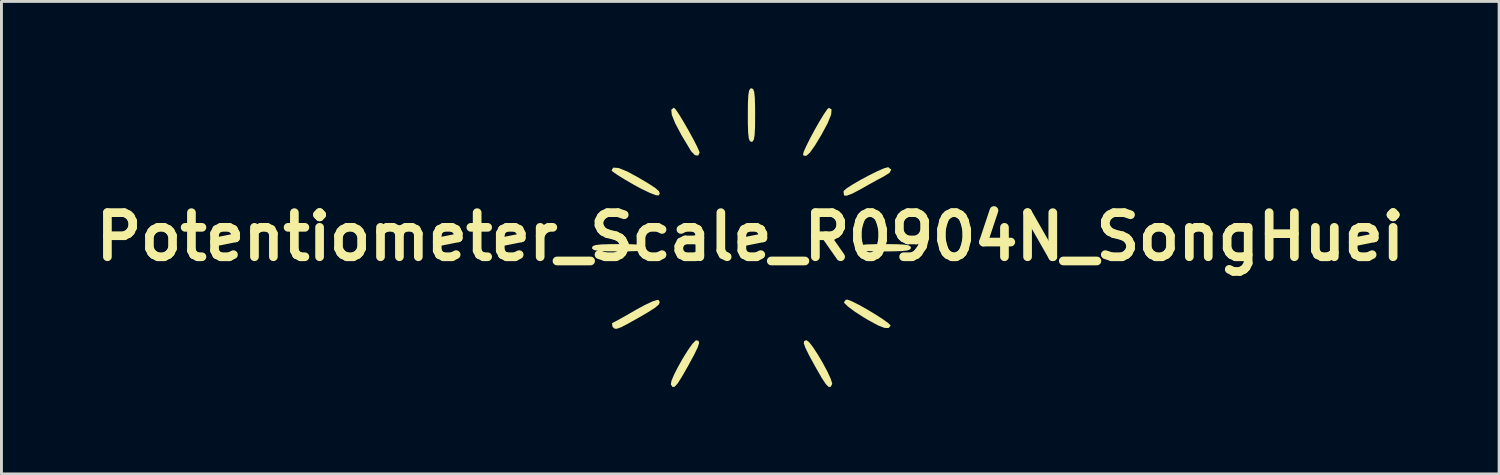
<source format=kicad_pcb>
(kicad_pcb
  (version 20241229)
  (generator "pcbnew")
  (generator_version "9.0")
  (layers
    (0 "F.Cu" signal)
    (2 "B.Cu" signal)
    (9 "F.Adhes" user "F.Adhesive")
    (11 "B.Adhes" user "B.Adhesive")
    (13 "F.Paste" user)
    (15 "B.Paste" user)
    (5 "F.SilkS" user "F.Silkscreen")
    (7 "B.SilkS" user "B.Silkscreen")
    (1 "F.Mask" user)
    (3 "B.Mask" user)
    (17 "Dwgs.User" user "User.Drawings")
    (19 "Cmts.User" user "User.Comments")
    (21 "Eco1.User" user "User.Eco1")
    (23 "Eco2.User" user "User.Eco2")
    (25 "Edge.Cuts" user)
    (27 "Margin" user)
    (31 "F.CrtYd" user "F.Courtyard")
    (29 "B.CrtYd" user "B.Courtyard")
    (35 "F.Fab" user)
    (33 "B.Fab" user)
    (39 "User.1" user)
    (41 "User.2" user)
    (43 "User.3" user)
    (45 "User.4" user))
  (footprint "Potentiometer_Scale_R0904N_SongHuei"
    (layer "F.Cu")
    (at 22.867 5.13)
    (property "Reference" "Potentiometer_Scale_R0904N_SongHuei" (at 0 0 0) (layer "F.SilkS") (effects (font (size 1.524 1.524) (thickness 0.3))))
    (attr board_only exclude_from_pos_files exclude_from_bom)
    (fp_poly (pts (xy 2.809 -4.399) (xy 2.794 -4.221) (xy 2.671 -3.918) (xy 2.463 -3.532) (xy 2.233 -3.15) (xy 2.062 -2.909) (xy 1.938 -2.797) (xy 1.851 -2.802) (xy 1.823 -2.835) (xy 1.845 -2.932) (xy 1.934 -3.134) (xy 2.069 -3.404) (xy 2.23 -3.704) (xy 2.397 -3.996) (xy 2.548 -4.244) (xy 2.663 -4.409) (xy 2.715 -4.456)) (stroke (width 0) (type solid)) (fill yes) (layer "F.SilkS"))
    (fp_poly (pts (xy -4.55 -2.377) (xy -4.245 -2.254) (xy -3.874 -2.053) (xy -3.512 -1.838) (xy -3.279 -1.685) (xy -3.156 -1.577) (xy -3.125 -1.497) (xy -3.165 -1.429) (xy -3.166 -1.428) (xy -3.264 -1.438) (xy -3.474 -1.519) (xy -3.762 -1.657) (xy -4.014 -1.793) (xy -4.333 -1.978) (xy -4.589 -2.137) (xy -4.751 -2.251) (xy -4.792 -2.295) (xy -4.734 -2.39)) (stroke (width 0) (type solid)) (fill yes) (layer "F.SilkS"))
    (fp_poly (pts (xy -2.566 -4.387) (xy -2.446 -4.206) (xy -2.292 -3.951) (xy -2.125 -3.661) (xy -1.967 -3.372) (xy -1.839 -3.123) (xy -1.763 -2.952) (xy -1.751 -2.904) (xy -1.802 -2.803) (xy -1.914 -2.822) (xy -2.041 -2.953) (xy -2.045 -2.96) (xy -2.37 -3.501) (xy -2.591 -3.917) (xy -2.71 -4.212) (xy -2.729 -4.389) (xy -2.65 -4.456) (xy -2.631 -4.456)) (stroke (width 0) (type solid)) (fill yes) (layer "F.SilkS"))
    (fp_poly (pts (xy 3.521 2.233) (xy 3.758 2.352) (xy 4.038 2.509) (xy 4.323 2.681) (xy 4.578 2.845) (xy 4.765 2.98) (xy 4.847 3.062) (xy 4.848 3.07) (xy 4.78 3.151) (xy 4.637 3.148) (xy 4.402 3.055) (xy 4.058 2.867) (xy 3.911 2.779) (xy 3.617 2.59) (xy 3.389 2.421) (xy 3.257 2.297) (xy 3.238 2.259) (xy 3.302 2.174) (xy 3.364 2.172)) (stroke (width 0) (type solid)) (fill yes) (layer "F.SilkS"))
    (fp_poly (pts (xy 4.768 -2.403) (xy 4.871 -2.318) (xy 4.808 -2.207) (xy 4.605 -2.081) (xy 4.389 -1.967) (xy 4.095 -1.804) (xy 3.812 -1.643) (xy 3.524 -1.492) (xy 3.324 -1.419) (xy 3.239 -1.428) (xy 3.221 -1.563) (xy 3.232 -1.589) (xy 3.336 -1.679) (xy 3.546 -1.814) (xy 3.82 -1.972) (xy 4.118 -2.131) (xy 4.401 -2.271) (xy 4.628 -2.369) (xy 4.759 -2.404)) (stroke (width 0) (type solid)) (fill yes) (layer "F.SilkS"))
    (fp_poly (pts (xy -4.128 0.256) (xy -3.855 0.269) (xy -3.697 0.296) (xy -3.627 0.339) (xy -3.617 0.378) (xy -3.643 0.435) (xy -3.74 0.472) (xy -3.934 0.494) (xy -4.253 0.503) (xy -4.542 0.505) (xy -4.956 0.501) (xy -5.229 0.488) (xy -5.386 0.461) (xy -5.456 0.418) (xy -5.467 0.378) (xy -5.44 0.322) (xy -5.343 0.285) (xy -5.149 0.263) (xy -4.831 0.254) (xy -4.542 0.252)) (stroke (width 0) (type solid)) (fill yes) (layer "F.SilkS"))
    (fp_poly (pts (xy -1.787 3.594) (xy -1.767 3.667) (xy -1.813 3.815) (xy -1.931 4.061) (xy -2.129 4.426) (xy -2.15 4.465) (xy -2.36 4.833) (xy -2.509 5.067) (xy -2.612 5.18) (xy -2.683 5.19) (xy -2.737 5.11) (xy -2.743 5.094) (xy -2.722 4.974) (xy -2.63 4.757) (xy -2.49 4.482) (xy -2.323 4.188) (xy -2.152 3.914) (xy -2.001 3.7) (xy -1.89 3.585) (xy -1.865 3.575)) (stroke (width 0) (type solid)) (fill yes) (layer "F.SilkS"))
    (fp_poly (pts (xy 0.099 -5.104) (xy 0.136 -5.007) (xy 0.157 -4.813) (xy 0.167 -4.494) (xy 0.168 -4.205) (xy 0.165 -3.791) (xy 0.151 -3.519) (xy 0.125 -3.361) (xy 0.081 -3.291) (xy 0.042 -3.28) (xy -0.014 -3.307) (xy -0.052 -3.404) (xy -0.073 -3.598) (xy -0.083 -3.916) (xy -0.084 -4.205) (xy -0.081 -4.619) (xy -0.067 -4.892) (xy -0.041 -5.05) (xy 0.003 -5.12) (xy 0.042 -5.13)) (stroke (width 0) (type solid)) (fill yes) (layer "F.SilkS"))
    (fp_poly (pts (xy 2.038 3.644) (xy 2.177 3.826) (xy 2.343 4.082) (xy 2.514 4.373) (xy 2.667 4.66) (xy 2.779 4.903) (xy 2.829 5.064) (xy 2.827 5.094) (xy 2.775 5.184) (xy 2.707 5.187) (xy 2.61 5.088) (xy 2.467 4.872) (xy 2.267 4.523) (xy 2.229 4.455) (xy 2.025 4.082) (xy 1.901 3.829) (xy 1.849 3.676) (xy 1.862 3.599) (xy 1.932 3.575) (xy 1.949 3.575)) (stroke (width 0) (type solid)) (fill yes) (layer "F.SilkS"))
    (fp_poly (pts (xy 5.04 0.256) (xy 5.313 0.269) (xy 5.471 0.296) (xy 5.54 0.339) (xy 5.551 0.378) (xy 5.525 0.435) (xy 5.428 0.472) (xy 5.233 0.494) (xy 4.915 0.503) (xy 4.626 0.505) (xy 4.212 0.501) (xy 3.939 0.488) (xy 3.781 0.461) (xy 3.711 0.418) (xy 3.701 0.378) (xy 3.727 0.322) (xy 3.824 0.285) (xy 4.018 0.263) (xy 4.337 0.254) (xy 4.626 0.252)) (stroke (width 0) (type solid)) (fill yes) (layer "F.SilkS"))
    (fp_poly (pts (xy -3.166 2.184) (xy -3.125 2.256) (xy -3.16 2.34) (xy -3.29 2.451) (xy -3.533 2.607) (xy -3.879 2.808) (xy -4.227 3.003) (xy -4.459 3.123) (xy -4.603 3.176) (xy -4.688 3.174) (xy -4.743 3.124) (xy -4.762 3.096) (xy -4.774 2.99) (xy -4.746 2.968) (xy -4.643 2.916) (xy -4.432 2.799) (xy -4.146 2.637) (xy -3.953 2.525) (xy -3.636 2.353) (xy -3.377 2.232) (xy -3.209 2.179)) (stroke (width 0) (type solid)) (fill yes) (layer "F.SilkS")))
  (gr_rect
    (start -3 -3)
    (end 48.735 13.32)
    (stroke (width 0.1) (type default))
    (fill no)
    (layer "Edge.Cuts")))
</source>
